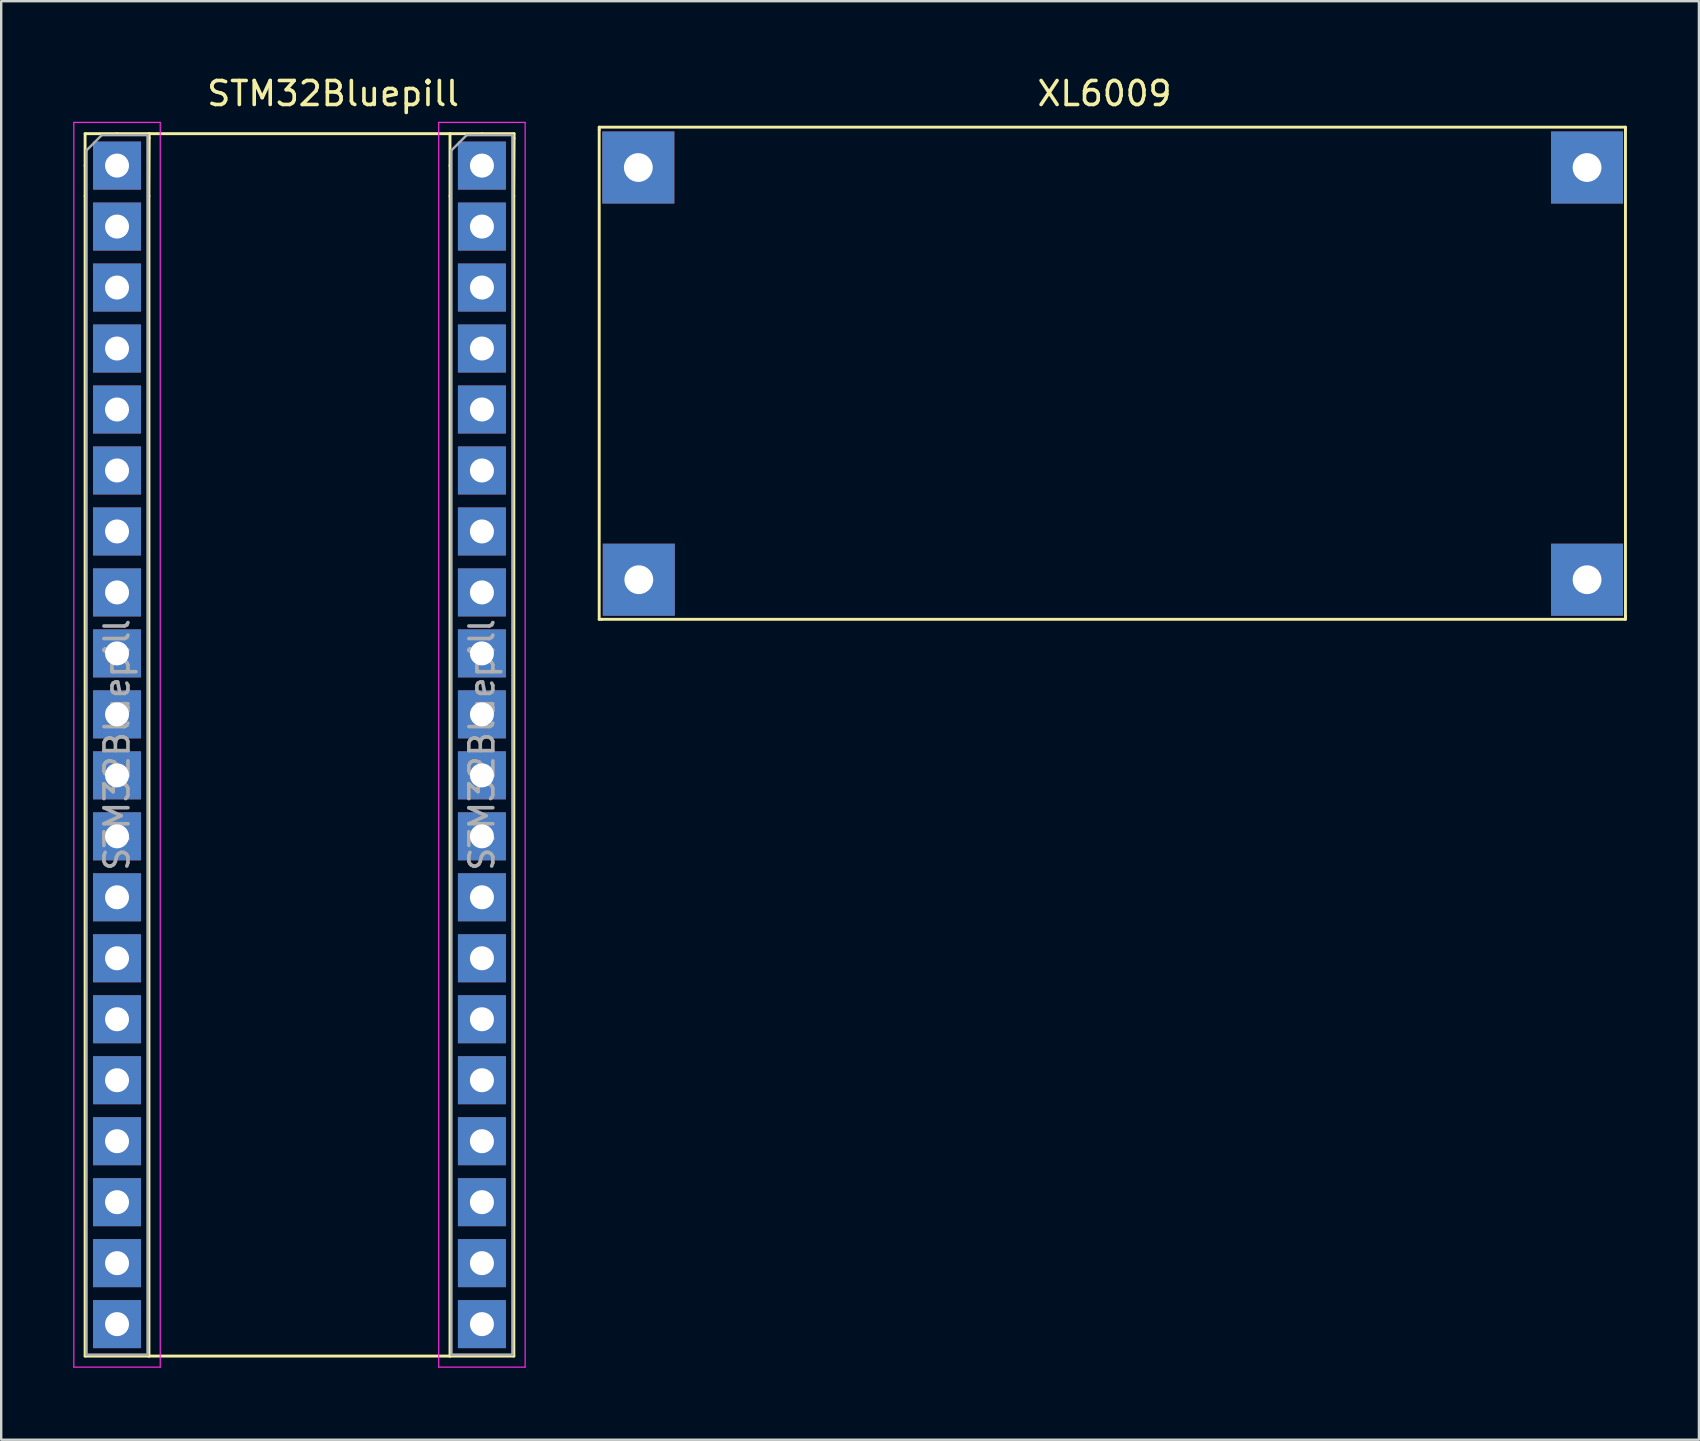
<source format=kicad_pcb>
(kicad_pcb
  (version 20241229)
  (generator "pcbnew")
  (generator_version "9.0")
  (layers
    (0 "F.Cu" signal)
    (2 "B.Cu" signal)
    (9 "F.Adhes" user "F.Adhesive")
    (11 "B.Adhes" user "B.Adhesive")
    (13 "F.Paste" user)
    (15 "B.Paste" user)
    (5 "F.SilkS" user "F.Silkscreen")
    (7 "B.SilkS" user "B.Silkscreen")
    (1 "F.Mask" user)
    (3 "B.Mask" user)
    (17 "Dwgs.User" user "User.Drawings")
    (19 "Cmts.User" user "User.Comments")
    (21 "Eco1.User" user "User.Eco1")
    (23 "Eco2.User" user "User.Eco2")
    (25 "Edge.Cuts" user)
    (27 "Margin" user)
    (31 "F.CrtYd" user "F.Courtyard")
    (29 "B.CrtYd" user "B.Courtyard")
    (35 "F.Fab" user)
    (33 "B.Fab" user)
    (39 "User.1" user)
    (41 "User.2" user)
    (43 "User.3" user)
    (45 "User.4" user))
  (footprint "XL6009"
    (layer "F.Cu")
    (at 42.96 0.348)
    (property "Reference" "XL6009" (at 0 0.5 0) (layer "F.SilkS") (effects (font (size 1 1) (thickness 0.15))))
    (attr through_hole)
    (fp_line (start -21.05 1.9) (end -21.05 2) (stroke (width 0.12) (type solid)) (layer "F.SilkS"))
    (fp_line (start -21.05 2) (end -21.05 22.4) (stroke (width 0.12) (type solid)) (layer "F.SilkS"))
    (fp_line (start -21.05 22.4) (end -20.95 22.4) (stroke (width 0.12) (type solid)) (layer "F.SilkS"))
    (fp_line (start 21.7 1.9) (end -21.05 1.9) (stroke (width 0.12) (type solid)) (layer "F.SilkS"))
    (fp_line (start 21.7 2) (end 21.7 1.9) (stroke (width 0.12) (type solid)) (layer "F.SilkS"))
    (fp_line (start 21.7 2) (end 21.7 22.25) (stroke (width 0.12) (type solid)) (layer "F.SilkS"))
    (fp_line (start 21.7 22.25) (end 21.7 22.3) (stroke (width 0.12) (type solid)) (layer "F.SilkS"))
    (fp_line (start 21.7 22.3) (end 21.7 22.4) (stroke (width 0.12) (type solid)) (layer "F.SilkS"))
    (fp_line (start 21.7 22.4) (end -20.95 22.4) (stroke (width 0.12) (type solid)) (layer "F.SilkS"))
    (pad "1" thru_hole rect (at -19.42 3.58) (size 3 3) (drill 1.2) (layers "*.Cu" "*.Mask"))
    (pad "2" thru_hole rect (at -19.4 20.75) (size 3 3) (drill 1.2) (layers "*.Cu" "*.Mask"))
    (pad "3" thru_hole rect (at 20.1 3.58) (size 3 3) (drill 1.2) (layers "*.Cu" "*.Mask"))
    (pad "4" thru_hole rect (at 20.1 20.75) (size 3 3) (drill 1.2) (layers "*.Cu" "*.Mask")))
  (footprint "STM32Bluepill"
    (layer "F.Cu")
    (at 1.825 3.848)
    (property "Reference" "STM32Bluepill" (at 9 -3 0) (layer "F.SilkS") (effects (font (size 1 1) (thickness 0.15))))
    (attr through_hole)
    (fp_line (start -1.33 -1.33) (end 0 -1.33) (stroke (width 0.12) (type solid)) (layer "F.SilkS"))
    (fp_line (start -1.33 0) (end -1.33 -1.33) (stroke (width 0.12) (type solid)) (layer "F.SilkS"))
    (fp_line (start -1.33 0) (end -1.33 1.27) (stroke (width 0.12) (type solid)) (layer "F.SilkS"))
    (fp_line (start -1.33 1.27) (end -1.33 49.59) (stroke (width 0.12) (type solid)) (layer "F.SilkS"))
    (fp_line (start -1.33 49.59) (end 1.33 49.59) (stroke (width 0.12) (type solid)) (layer "F.SilkS"))
    (fp_line (start 0 -1.33) (end 1.34 -1.33) (stroke (width 0.12) (type solid)) (layer "F.SilkS"))
    (fp_line (start 1.33 1.27) (end 1.33 49.59) (stroke (width 0.12) (type solid)) (layer "F.SilkS"))
    (fp_line (start 1.33 1.27) (end 1.34 -1.14) (stroke (width 0.12) (type solid)) (layer "F.SilkS"))
    (fp_line (start 1.33 49.59) (end 13.87 49.59) (stroke (width 0.12) (type solid)) (layer "F.SilkS"))
    (fp_line (start 1.34 -1.33) (end 13.87 -1.33) (stroke (width 0.12) (type solid)) (layer "F.SilkS"))
    (fp_line (start 1.34 -1.14) (end 1.34 -1.33) (stroke (width 0.12) (type solid)) (layer "F.SilkS"))
    (fp_line (start 13.87 -1.33) (end 15.2 -1.33) (stroke (width 0.12) (type solid)) (layer "F.SilkS"))
    (fp_line (start 13.87 0) (end 13.87 -1.33) (stroke (width 0.12) (type solid)) (layer "F.SilkS"))
    (fp_line (start 13.87 0) (end 13.87 1.27) (stroke (width 0.12) (type solid)) (layer "F.SilkS"))
    (fp_line (start 13.87 1.27) (end 13.87 49.59) (stroke (width 0.12) (type solid)) (layer "F.SilkS"))
    (fp_line (start 13.87 49.59) (end 16.53 49.59) (stroke (width 0.12) (type solid)) (layer "F.SilkS"))
    (fp_line (start 15.2 -1.33) (end 16.54 -1.33) (stroke (width 0.12) (type solid)) (layer "F.SilkS"))
    (fp_line (start 16.53 1.27) (end 16.53 49.59) (stroke (width 0.12) (type solid)) (layer "F.SilkS"))
    (fp_line (start 16.53 1.27) (end 16.54 -1.14) (stroke (width 0.12) (type solid)) (layer "F.SilkS"))
    (fp_line (start 16.54 -1.14) (end 16.54 -1.33) (stroke (width 0.12) (type solid)) (layer "F.SilkS"))
    (fp_line (start -1.8 -1.8) (end -1.8 50.05) (stroke (width 0.05) (type solid)) (layer "F.CrtYd"))
    (fp_line (start -1.8 50.05) (end 1.8 50.05) (stroke (width 0.05) (type solid)) (layer "F.CrtYd"))
    (fp_line (start 1.8 -1.8) (end -1.8 -1.8) (stroke (width 0.05) (type solid)) (layer "F.CrtYd"))
    (fp_line (start 1.8 50.05) (end 1.8 -1.8) (stroke (width 0.05) (type solid)) (layer "F.CrtYd"))
    (fp_line (start 13.4 -1.8) (end 13.4 50.05) (stroke (width 0.05) (type solid)) (layer "F.CrtYd"))
    (fp_line (start 13.4 50.05) (end 17 50.05) (stroke (width 0.05) (type solid)) (layer "F.CrtYd"))
    (fp_line (start 17 -1.8) (end 13.4 -1.8) (stroke (width 0.05) (type solid)) (layer "F.CrtYd"))
    (fp_line (start 17 50.05) (end 17 -1.8) (stroke (width 0.05) (type solid)) (layer "F.CrtYd"))
    (fp_line (start -1.27 -0.635) (end -0.635 -1.27) (stroke (width 0.1) (type solid)) (layer "F.Fab"))
    (fp_line (start -1.27 49.53) (end -1.27 -0.635) (stroke (width 0.1) (type solid)) (layer "F.Fab"))
    (fp_line (start -0.635 -1.27) (end 1.27 -1.27) (stroke (width 0.1) (type solid)) (layer "F.Fab"))
    (fp_line (start 1.27 -1.27) (end 1.27 49.53) (stroke (width 0.1) (type solid)) (layer "F.Fab"))
    (fp_line (start 1.27 49.53) (end -1.27 49.53) (stroke (width 0.1) (type solid)) (layer "F.Fab"))
    (fp_line (start 13.93 -0.635) (end 14.565 -1.27) (stroke (width 0.1) (type solid)) (layer "F.Fab"))
    (fp_line (start 13.93 49.53) (end 13.93 -0.635) (stroke (width 0.1) (type solid)) (layer "F.Fab"))
    (fp_line (start 14.565 -1.27) (end 16.47 -1.27) (stroke (width 0.1) (type solid)) (layer "F.Fab"))
    (fp_line (start 16.47 -1.27) (end 16.47 49.53) (stroke (width 0.1) (type solid)) (layer "F.Fab"))
    (fp_line (start 16.47 49.53) (end 13.93 49.53) (stroke (width 0.1) (type solid)) (layer "F.Fab"))
    (fp_text user "${REFERENCE}" (at 15.2 24.13 90) (layer "F.Fab") (effects (font (size 1 1) (thickness 0.15))))
    (fp_text user "${REFERENCE}" (at 0 24.13 90) (layer "F.Fab") (effects (font (size 1 1) (thickness 0.15))))
    (pad "1" thru_hole rect (at 0 0) (size 2 2) (drill 1) (layers "*.Cu" "*.Mask"))
    (pad "2" thru_hole rect (at 0 2.54) (size 2 2) (drill 1) (layers "*.Cu" "*.Mask"))
    (pad "3" thru_hole rect (at 0 5.08) (size 2 2) (drill 1) (layers "*.Cu" "*.Mask"))
    (pad "4" thru_hole rect (at 0 7.62) (size 2 2) (drill 1) (layers "*.Cu" "*.Mask"))
    (pad "5" thru_hole rect (at 0 10.16) (size 2 2) (drill 1) (layers "*.Cu" "*.Mask"))
    (pad "6" thru_hole rect (at 0 12.7) (size 2 2) (drill 1) (layers "*.Cu" "*.Mask"))
    (pad "7" thru_hole rect (at 0 15.24) (size 2 2) (drill 1) (layers "*.Cu" "*.Mask"))
    (pad "8" thru_hole rect (at 0 17.78) (size 2 2) (drill 1) (layers "*.Cu" "*.Mask"))
    (pad "9" thru_hole rect (at 0 20.32) (size 2 2) (drill 1) (layers "*.Cu" "*.Mask"))
    (pad "10" thru_hole rect (at 0 22.86) (size 2 2) (drill 1) (layers "*.Cu" "*.Mask"))
    (pad "11" thru_hole rect (at 0 25.4) (size 2 2) (drill 1) (layers "*.Cu" "*.Mask"))
    (pad "12" thru_hole rect (at 0 27.94) (size 2 2) (drill 1) (layers "*.Cu" "*.Mask"))
    (pad "13" thru_hole rect (at 0 30.48) (size 2 2) (drill 1) (layers "*.Cu" "*.Mask"))
    (pad "14" thru_hole rect (at 0 33.02) (size 2 2) (drill 1) (layers "*.Cu" "*.Mask"))
    (pad "15" thru_hole rect (at 0 35.56) (size 2 2) (drill 1) (layers "*.Cu" "*.Mask"))
    (pad "16" thru_hole rect (at 0 38.1) (size 2 2) (drill 1) (layers "*.Cu" "*.Mask"))
    (pad "17" thru_hole rect (at 0 40.64) (size 2 2) (drill 1) (layers "*.Cu" "*.Mask"))
    (pad "18" thru_hole rect (at 0 43.18) (size 2 2) (drill 1) (layers "*.Cu" "*.Mask"))
    (pad "19" thru_hole rect (at 0 45.72) (size 2 2) (drill 1) (layers "*.Cu" "*.Mask"))
    (pad "20" thru_hole rect (at 0 48.26 90) (size 2 2) (drill 1) (layers "*.Cu" "*.Mask"))
    (pad "21" thru_hole rect (at 15.2 48.26 90) (size 2 2) (drill 1) (layers "*.Cu" "*.Mask"))
    (pad "22" thru_hole rect (at 15.2 45.72) (size 2 2) (drill 1) (layers "*.Cu" "*.Mask"))
    (pad "23" thru_hole rect (at 15.2 43.18) (size 2 2) (drill 1) (layers "*.Cu" "*.Mask"))
    (pad "24" thru_hole rect (at 15.2 40.64) (size 2 2) (drill 1) (layers "*.Cu" "*.Mask"))
    (pad "25" thru_hole rect (at 15.2 38.1) (size 2 2) (drill 1) (layers "*.Cu" "*.Mask"))
    (pad "26" thru_hole rect (at 15.2 35.56) (size 2 2) (drill 1) (layers "*.Cu" "*.Mask"))
    (pad "27" thru_hole rect (at 15.2 33.02) (size 2 2) (drill 1) (layers "*.Cu" "*.Mask"))
    (pad "28" thru_hole rect (at 15.2 30.48) (size 2 2) (drill 1) (layers "*.Cu" "*.Mask"))
    (pad "29" thru_hole rect (at 15.2 27.94) (size 2 2) (drill 1) (layers "*.Cu" "*.Mask"))
    (pad "30" thru_hole rect (at 15.2 25.4) (size 2 2) (drill 1) (layers "*.Cu" "*.Mask"))
    (pad "31" thru_hole rect (at 15.2 22.86) (size 2 2) (drill 1) (layers "*.Cu" "*.Mask"))
    (pad "32" thru_hole rect (at 15.2 20.32) (size 2 2) (drill 1) (layers "*.Cu" "*.Mask"))
    (pad "33" thru_hole rect (at 15.2 17.78) (size 2 2) (drill 1) (layers "*.Cu" "*.Mask"))
    (pad "34" thru_hole rect (at 15.2 15.24) (size 2 2) (drill 1) (layers "*.Cu" "*.Mask"))
    (pad "35" thru_hole rect (at 15.2 12.7) (size 2 2) (drill 1) (layers "*.Cu" "*.Mask"))
    (pad "36" thru_hole rect (at 15.2 10.16) (size 2 2) (drill 1) (layers "*.Cu" "*.Mask"))
    (pad "37" thru_hole rect (at 15.2 7.62) (size 2 2) (drill 1) (layers "*.Cu" "*.Mask"))
    (pad "38" thru_hole rect (at 15.2 5.08) (size 2 2) (drill 1) (layers "*.Cu" "*.Mask"))
    (pad "39" thru_hole rect (at 15.2 2.54) (size 2 2) (drill 1) (layers "*.Cu" "*.Mask"))
    (pad "40" thru_hole rect (at 15.2 0) (size 2 2) (drill 1) (layers "*.Cu" "*.Mask")))
  (gr_rect
    (start -3 -3)
    (end 67.72 56.923)
    (stroke (width 0.1) (type default))
    (fill no)
    (layer "Edge.Cuts")))
</source>
